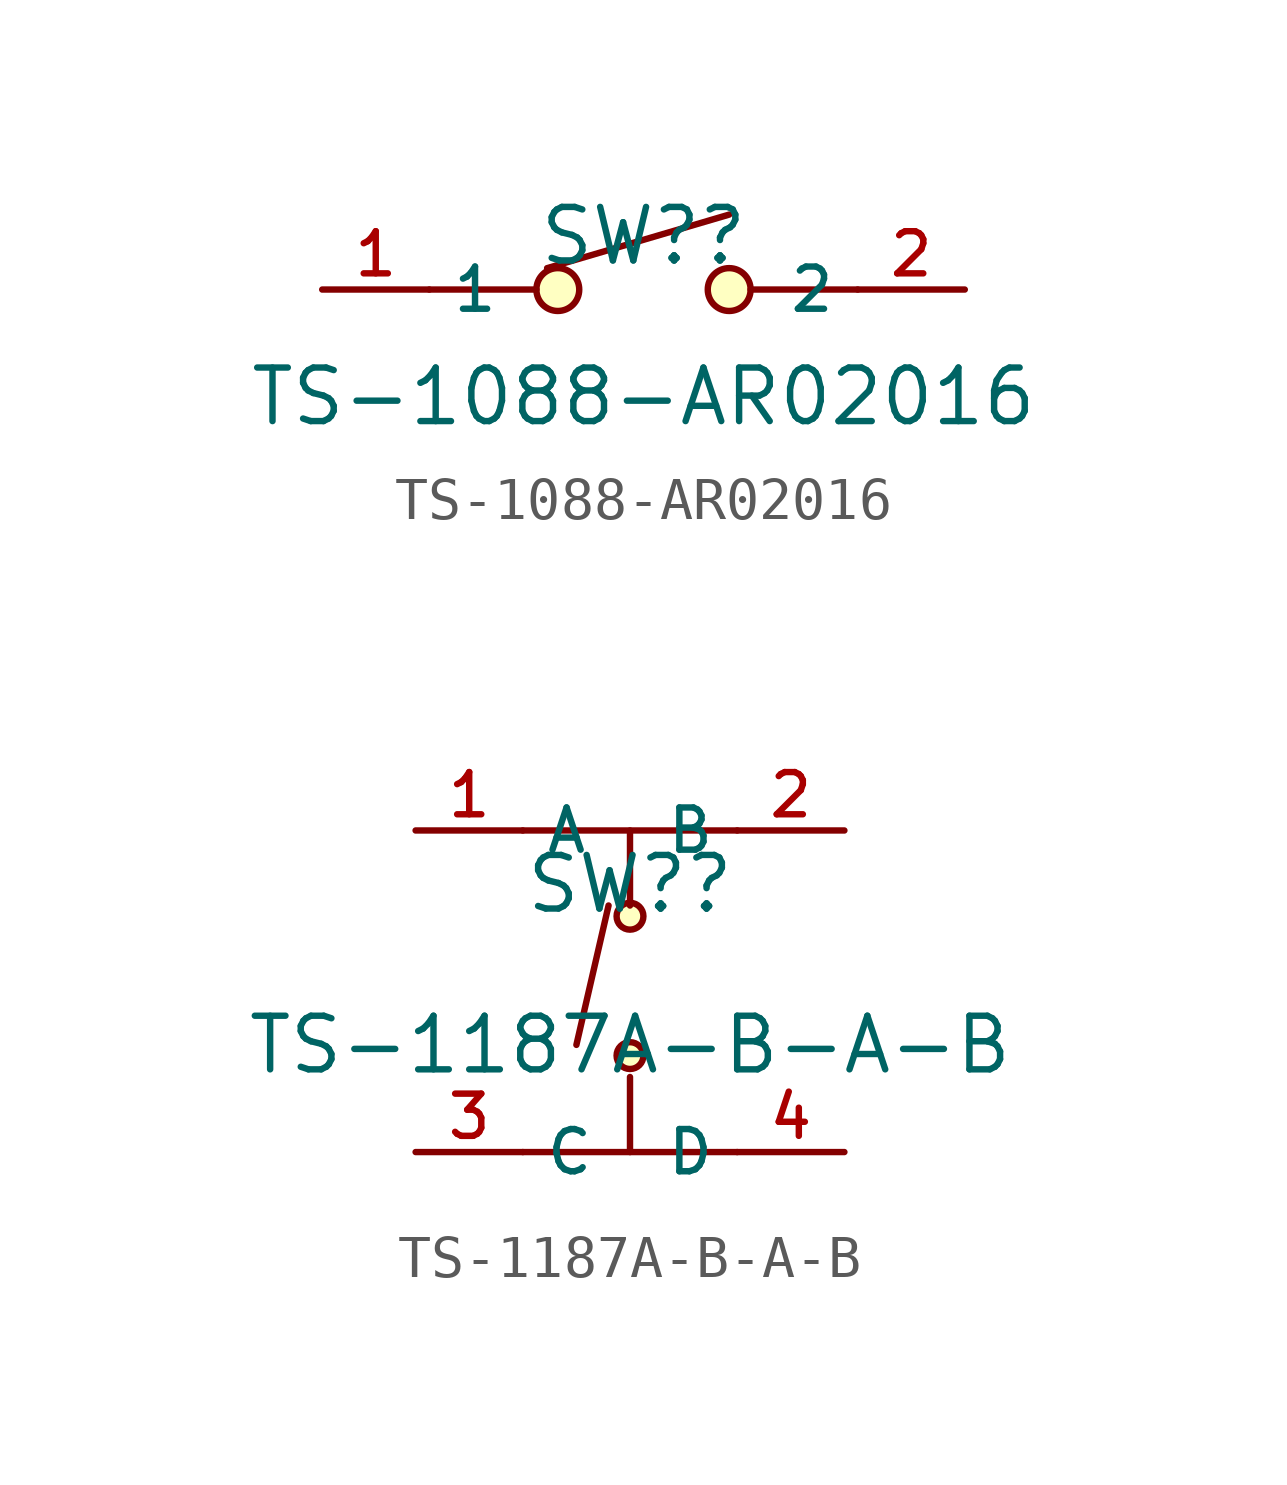
<source format=kicad_sym>
(kicad_symbol_lib
  (version 20210201)
  (generator TousstNicolas/JLC2KiCad_lib)
  (symbol "TS-1088-AR02016"
    (property "Reference" "SW?"
      (at 0 1.27 0)
      (effects (font (size 1.27 1.27))))
    (property "Value" "TS-1088-AR02016"
      (at 0 -2.54 0)
      (effects (font (size 1.27 1.27))))
    (symbol "TS-1088-AR02016_0_1"
      (pin unspecified line (at 7.62 -0.0 180) (length 2.54) (name "2" (effects (font (size 1 1)))) (number "2" (effects (font (size 1 1)))))
      (pin unspecified line (at -7.62 -0.0 0) (length 2.54) (name "1" (effects (font (size 1 1)))) (number "1" (effects (font (size 1 1)))))
      (polyline (pts (xy -2.286 0.508) (xy 2.032 1.778)) (stroke (width 0) (type default) (color 0 0 0 0)) (fill (type none)))
      (circle (center 2.032 -0.0) (radius 0.508) (stroke (width 0) (type default) (color 0 0 0 0)) (fill (type background)))
      (circle (center -2.032 -0.0) (radius 0.508) (stroke (width 0) (type default) (color 0 0 0 0)) (fill (type background)))
      (polyline (pts (xy 5.08 -0.0) (xy 2.54 -0.0)) (stroke (width 0) (type default) (color 0 0 0 0)) (fill (type none)))
      (polyline (pts (xy -5.08 -0.0) (xy -2.54 -0.0)) (stroke (width 0) (type default) (color 0 0 0 0)) (fill (type none)))))
  (symbol "TS-1187A-B-A-B"
    (property "Reference" "SW?"
      (at 0 1.27 0)
      (effects (font (size 1.27 1.27))))
    (property "Value" "TS-1187A-B-A-B"
      (at 0 -2.54 0)
      (effects (font (size 1.27 1.27))))
    (symbol "TS-1187A-B-A-B_0_1"
      (polyline (pts (xy -2.54 -5.08) (xy 2.54 -5.08)) (stroke (width 0) (type default) (color 0 0 0 0)) (fill (type none)))
      (polyline (pts (xy -2.54 2.54) (xy 2.54 2.54)) (stroke (width 0) (type default) (color 0 0 0 0)) (fill (type none)))
      (circle (center 0.0 0.508) (radius 0.318) (stroke (width 0) (type default) (color 0 0 0 0)) (fill (type background)))
      (circle (center 0.0 -2.794) (radius 0.318) (stroke (width 0) (type default) (color 0 0 0 0)) (fill (type background)))
      (polyline (pts (xy 0.0 0.762) (xy 0.0 2.54)) (stroke (width 0) (type default) (color 0 0 0 0)) (fill (type none)))
      (polyline (pts (xy 0.0 -3.302) (xy 0.0 -5.08)) (stroke (width 0) (type default) (color 0 0 0 0)) (fill (type none)))
      (polyline (pts (xy -0.508 0.762) (xy -1.27 -2.54)) (stroke (width 0) (type default) (color 0 0 0 0)) (fill (type none)))
      (pin unspecified line (at 5.08 2.54 180) (length 2.54) (name "B" (effects (font (size 1 1)))) (number "2" (effects (font (size 1 1)))))
      (pin unspecified line (at -5.08 2.54 0) (length 2.54) (name "A" (effects (font (size 1 1)))) (number "1" (effects (font (size 1 1)))))
      (pin unspecified line (at 5.08 -5.08 180) (length 2.54) (name "D" (effects (font (size 1 1)))) (number "4" (effects (font (size 1 1)))))
      (pin unspecified line (at -5.08 -5.08 0) (length 2.54) (name "C" (effects (font (size 1 1)))) (number "3" (effects (font (size 1 1))))))))
</source>
